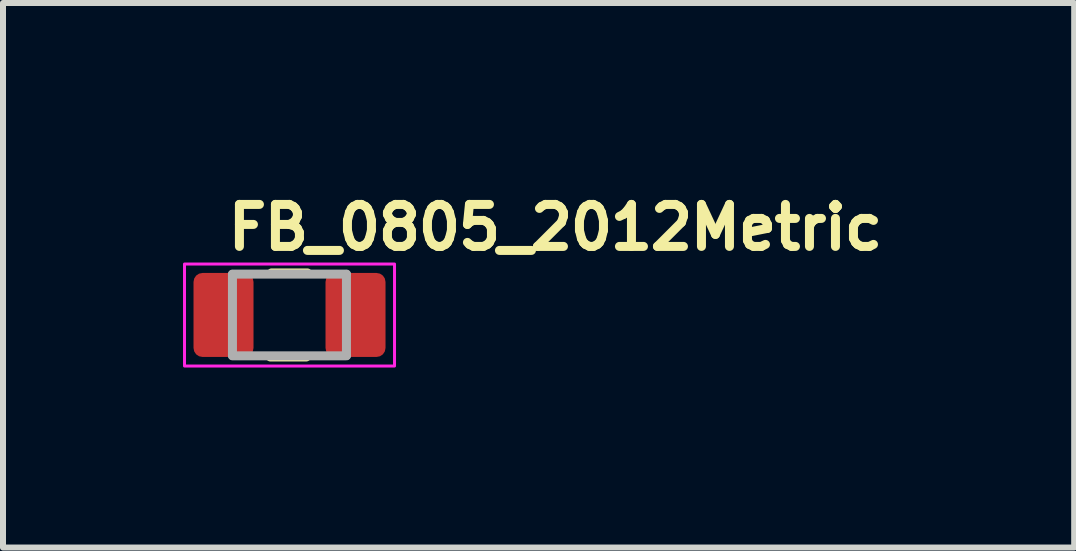
<source format=kicad_pcb>
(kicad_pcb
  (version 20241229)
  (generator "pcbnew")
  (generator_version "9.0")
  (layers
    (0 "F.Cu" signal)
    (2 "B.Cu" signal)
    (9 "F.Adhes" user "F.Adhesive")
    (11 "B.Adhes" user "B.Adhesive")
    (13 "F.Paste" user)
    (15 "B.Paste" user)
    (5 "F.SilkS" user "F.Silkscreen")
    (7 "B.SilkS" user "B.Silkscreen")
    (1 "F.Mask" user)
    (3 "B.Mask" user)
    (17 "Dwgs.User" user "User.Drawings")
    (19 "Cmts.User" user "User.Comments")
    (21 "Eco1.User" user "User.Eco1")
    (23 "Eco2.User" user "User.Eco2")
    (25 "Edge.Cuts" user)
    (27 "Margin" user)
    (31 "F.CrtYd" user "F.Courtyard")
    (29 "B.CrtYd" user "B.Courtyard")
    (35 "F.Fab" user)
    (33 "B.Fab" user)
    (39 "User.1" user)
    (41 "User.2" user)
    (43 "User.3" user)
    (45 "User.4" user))
  (footprint "FB_0805_2012Metric"
    (layer "F.Cu")
    (at 1.775 2.2)
    (property "Reference" "FB_0805_2012Metric" (at -1.1 -1.05 180) (layer "F.SilkS") (effects (font (size 0.7 0.7) (thickness 0.15)) (justify left bottom)))
    (attr smd)
    (fp_line (start 0.28 0.699) (end -0.32 0.699) (stroke (width 0.15) (type solid)) (layer "F.SilkS"))
    (fp_line (start 0.298 -0.701) (end -0.3 -0.701) (stroke (width 0.15) (type solid)) (layer "F.SilkS"))
    (fp_rect (start 1.75 0.85) (end -1.75 -0.85) (stroke (width 0.05) (type solid)) (fill no) (layer "F.CrtYd"))
    (fp_line (start -0.951 0.675) (end -0.951 -0.677) (stroke (width 0.15) (type solid)) (layer "F.Fab"))
    (fp_line (start 0.949 -0.682) (end -0.951 -0.682) (stroke (width 0.15) (type solid)) (layer "F.Fab"))
    (fp_line (start 0.949 0.675) (end 0.949 -0.677) (stroke (width 0.15) (type solid)) (layer "F.Fab"))
    (fp_line (start 0.949 0.68) (end -0.951 0.68) (stroke (width 0.15) (type solid)) (layer "F.Fab"))
    (fp_rect (start 0.998 0.655) (end -1 -0.657) (stroke (width 0.1) (type solid)) (fill no) (layer "User.5"))
    (fp_line (start -1 -0.657) (end -0.5 -0.657) (stroke (width 0.02) (type solid)) (layer "User.9"))
    (fp_line (start -1 0.655) (end -1 -0.657) (stroke (width 0.02) (type solid)) (layer "User.9"))
    (fp_line (start -1 0.655) (end -0.5 0.655) (stroke (width 0.02) (type solid)) (layer "User.9"))
    (fp_line (start -0.5 0.623) (end 0.498 0.623) (stroke (width 0.02) (type solid)) (layer "User.9"))
    (fp_line (start -0.5 0.655) (end -0.5 -0.657) (stroke (width 0.02) (type solid)) (layer "User.9"))
    (fp_line (start 0.498 -0.657) (end 0.998 -0.657) (stroke (width 0.02) (type solid)) (layer "User.9"))
    (fp_line (start 0.498 -0.625) (end -0.5 -0.625) (stroke (width 0.02) (type solid)) (layer "User.9"))
    (fp_line (start 0.498 0.655) (end 0.498 -0.657) (stroke (width 0.02) (type solid)) (layer "User.9"))
    (fp_line (start 0.498 0.655) (end 0.998 0.655) (stroke (width 0.02) (type solid)) (layer "User.9"))
    (fp_line (start 0.998 0.655) (end 0.998 -0.657) (stroke (width 0.02) (type solid)) (layer "User.9"))
    (pad "1" smd roundrect (at -1.1 -0.001 180) (size 1 1.4) (layers "F.Cu" "F.Mask" "F.Paste") (roundrect_rratio 0.15))
    (pad "2" smd roundrect (at 1.1 -0.001 180) (size 1 1.4) (layers "F.Cu" "F.Mask" "F.Paste") (roundrect_rratio 0.15)))
  (gr_rect
    (start -3 -3)
    (end 14.852 6.075)
    (stroke (width 0.1) (type default))
    (fill no)
    (layer "Edge.Cuts")))
</source>
